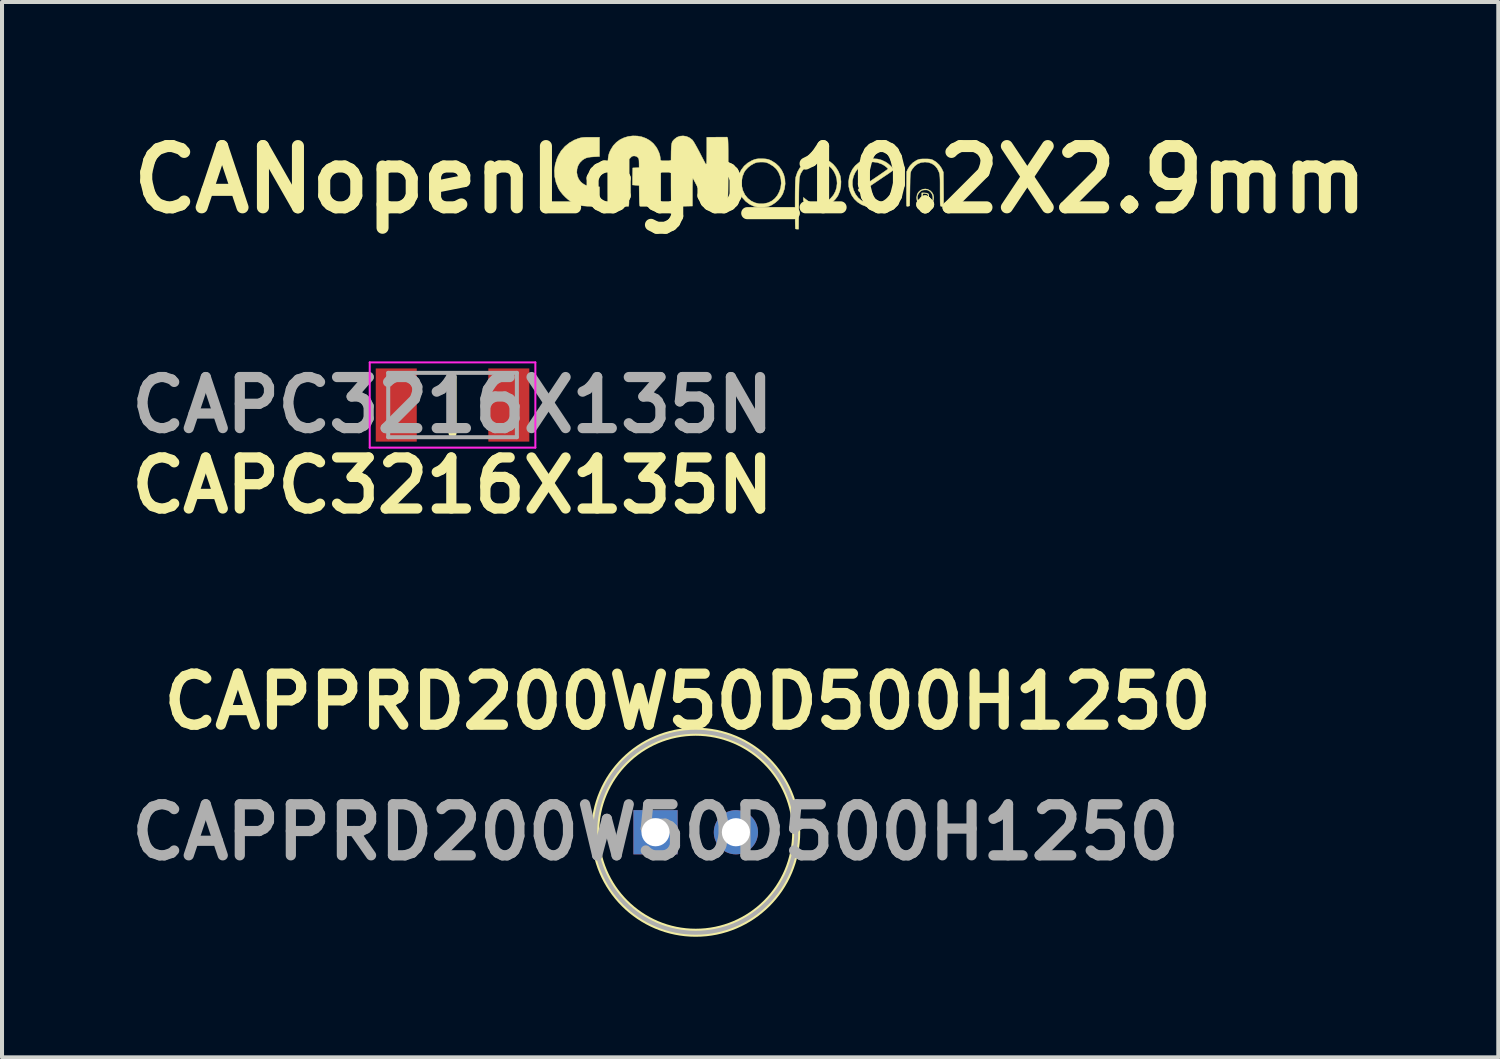
<source format=kicad_pcb>
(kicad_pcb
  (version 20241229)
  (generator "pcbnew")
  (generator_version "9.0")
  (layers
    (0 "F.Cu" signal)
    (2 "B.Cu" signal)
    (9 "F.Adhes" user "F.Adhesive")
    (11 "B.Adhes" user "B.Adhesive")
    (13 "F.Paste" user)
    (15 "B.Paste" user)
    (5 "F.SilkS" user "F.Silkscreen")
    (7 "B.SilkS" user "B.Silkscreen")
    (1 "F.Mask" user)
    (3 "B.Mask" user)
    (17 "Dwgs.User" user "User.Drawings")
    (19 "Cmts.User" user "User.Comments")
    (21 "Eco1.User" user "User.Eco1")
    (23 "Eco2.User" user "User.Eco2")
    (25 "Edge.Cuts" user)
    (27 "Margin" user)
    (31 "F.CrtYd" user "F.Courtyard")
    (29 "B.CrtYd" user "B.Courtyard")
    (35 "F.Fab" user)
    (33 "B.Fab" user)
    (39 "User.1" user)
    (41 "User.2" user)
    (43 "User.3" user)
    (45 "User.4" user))
  (footprint "CANopenLogo_10.2X2.9mm"
    (layer "F.Cu")
    (at 15.61 1.418)
    (property "Reference" "CANopenLogo_10.2X2.9mm" (at 0 0 0) (layer "F.SilkS") (effects (font (size 1.524 1.524) (thickness 0.3))))
    (attr through_hole)
    (fp_poly (pts (xy 4.422 0.244) (xy 4.477 0.274) (xy 4.522 0.317) (xy 4.553 0.371) (xy 4.568 0.434) (xy 4.562 0.503) (xy 4.561 0.506) (xy 4.531 0.574) (xy 4.486 0.625) (xy 4.429 0.659) (xy 4.365 0.672) (xy 4.298 0.663) (xy 4.24 0.637) (xy 4.186 0.591) (xy 4.154 0.536) (xy 4.142 0.468) (xy 4.142 0.449) (xy 4.159 0.449) (xy 4.167 0.499) (xy 4.181 0.545) (xy 4.195 0.572) (xy 4.247 0.619) (xy 4.309 0.645) (xy 4.374 0.649) (xy 4.438 0.632) (xy 4.488 0.6) (xy 4.525 0.551) (xy 4.544 0.491) (xy 4.544 0.428) (xy 4.526 0.366) (xy 4.49 0.311) (xy 4.456 0.281) (xy 4.426 0.264) (xy 4.395 0.256) (xy 4.353 0.256) (xy 4.338 0.257) (xy 4.294 0.262) (xy 4.264 0.271) (xy 4.239 0.29) (xy 4.216 0.315) (xy 4.187 0.352) (xy 4.167 0.39) (xy 4.161 0.407) (xy 4.159 0.449) (xy 4.142 0.449) (xy 4.143 0.433) (xy 4.155 0.367) (xy 4.182 0.316) (xy 4.23 0.272) (xy 4.237 0.267) (xy 4.298 0.239) (xy 4.361 0.232) (xy 4.422 0.244)) (stroke (width 0.01) (type solid)) (fill yes) (layer "F.SilkS"))
    (fp_poly (pts (xy 4.391 0.335) (xy 4.428 0.35) (xy 4.444 0.375) (xy 4.445 0.385) (xy 4.437 0.423) (xy 4.409 0.45) (xy 4.404 0.452) (xy 4.392 0.462) (xy 4.392 0.475) (xy 4.405 0.498) (xy 4.414 0.512) (xy 4.433 0.544) (xy 4.442 0.568) (xy 4.442 0.574) (xy 4.434 0.572) (xy 4.416 0.552) (xy 4.397 0.523) (xy 4.37 0.484) (xy 4.348 0.463) (xy 4.326 0.457) (xy 4.324 0.457) (xy 4.305 0.46) (xy 4.295 0.471) (xy 4.293 0.499) (xy 4.293 0.514) (xy 4.29 0.548) (xy 4.284 0.569) (xy 4.281 0.572) (xy 4.275 0.56) (xy 4.271 0.528) (xy 4.269 0.482) (xy 4.268 0.451) (xy 4.268 0.394) (xy 4.293 0.394) (xy 4.294 0.426) (xy 4.302 0.441) (xy 4.323 0.444) (xy 4.334 0.445) (xy 4.373 0.438) (xy 4.404 0.425) (xy 4.425 0.406) (xy 4.432 0.394) (xy 4.421 0.37) (xy 4.391 0.352) (xy 4.351 0.343) (xy 4.342 0.343) (xy 4.311 0.344) (xy 4.296 0.353) (xy 4.293 0.376) (xy 4.293 0.394) (xy 4.268 0.394) (xy 4.268 0.33) (xy 4.332 0.33) (xy 4.391 0.335)) (stroke (width 0.01) (type solid)) (fill yes) (layer "F.SilkS"))
    (fp_poly (pts (xy -3.747 -0.575) (xy -3.883 -0.568) (xy -3.965 -0.562) (xy -4.028 -0.553) (xy -4.078 -0.539) (xy -4.121 -0.519) (xy -4.165 -0.49) (xy -4.174 -0.484) (xy -4.237 -0.421) (xy -4.281 -0.346) (xy -4.306 -0.264) (xy -4.312 -0.178) (xy -4.298 -0.093) (xy -4.266 -0.014) (xy -4.214 0.056) (xy -4.174 0.09) (xy -4.129 0.121) (xy -4.084 0.143) (xy -4.035 0.158) (xy -3.975 0.168) (xy -3.896 0.174) (xy -3.883 0.174) (xy -3.747 0.181) (xy -3.747 0.419) (xy -3.747 0.502) (xy -3.747 0.564) (xy -3.748 0.607) (xy -3.751 0.634) (xy -3.755 0.651) (xy -3.762 0.66) (xy -3.77 0.664) (xy -3.775 0.665) (xy -3.81 0.67) (xy -3.842 0.671) (xy -3.869 0.669) (xy -3.915 0.667) (xy -3.974 0.664) (xy -4.04 0.661) (xy -4.051 0.661) (xy -4.148 0.654) (xy -4.226 0.643) (xy -4.294 0.626) (xy -4.359 0.6) (xy -4.429 0.564) (xy -4.457 0.547) (xy -4.526 0.499) (xy -4.598 0.435) (xy -4.667 0.363) (xy -4.726 0.289) (xy -4.769 0.22) (xy -4.771 0.215) (xy -4.829 0.07) (xy -4.862 -0.077) (xy -4.869 -0.224) (xy -4.851 -0.371) (xy -4.807 -0.517) (xy -4.771 -0.601) (xy -4.699 -0.72) (xy -4.607 -0.825) (xy -4.498 -0.914) (xy -4.376 -0.984) (xy -4.276 -1.023) (xy -4.236 -1.035) (xy -4.2 -1.043) (xy -4.162 -1.049) (xy -4.116 -1.052) (xy -4.057 -1.054) (xy -3.978 -1.054) (xy -3.962 -1.054) (xy -3.747 -1.054) (xy -3.747 -0.575)) (stroke (width 0.01) (type solid)) (fill yes) (layer "F.SilkS"))
    (fp_poly (pts (xy 4.416 -0.514) (xy 4.464 -0.511) (xy 4.5 -0.504) (xy 4.531 -0.494) (xy 4.548 -0.486) (xy 4.63 -0.435) (xy 4.703 -0.366) (xy 4.758 -0.287) (xy 4.77 -0.264) (xy 4.807 -0.184) (xy 4.811 0.236) (xy 4.812 0.354) (xy 4.813 0.449) (xy 4.812 0.524) (xy 4.811 0.58) (xy 4.808 0.62) (xy 4.803 0.647) (xy 4.796 0.662) (xy 4.787 0.669) (xy 4.774 0.67) (xy 4.759 0.666) (xy 4.751 0.664) (xy 4.743 0.662) (xy 4.738 0.657) (xy 4.733 0.646) (xy 4.73 0.628) (xy 4.727 0.598) (xy 4.726 0.556) (xy 4.725 0.497) (xy 4.725 0.419) (xy 4.724 0.32) (xy 4.724 0.274) (xy 4.724 0.164) (xy 4.724 0.076) (xy 4.723 0.006) (xy 4.721 -0.047) (xy 4.718 -0.089) (xy 4.715 -0.121) (xy 4.71 -0.147) (xy 4.703 -0.171) (xy 4.698 -0.187) (xy 4.656 -0.275) (xy 4.597 -0.346) (xy 4.522 -0.398) (xy 4.434 -0.429) (xy 4.35 -0.437) (xy 4.252 -0.426) (xy 4.166 -0.392) (xy 4.091 -0.335) (xy 4.028 -0.257) (xy 4.01 -0.225) (xy 4.002 -0.209) (xy 3.996 -0.193) (xy 3.991 -0.173) (xy 3.987 -0.147) (xy 3.984 -0.111) (xy 3.981 -0.063) (xy 3.979 -0.000141) (xy 3.978 0.081) (xy 3.976 0.184) (xy 3.975 0.24) (xy 3.969 0.652) (xy 3.933 0.662) (xy 3.903 0.665) (xy 3.891 0.655) (xy 3.89 0.639) (xy 3.889 0.601) (xy 3.888 0.543) (xy 3.888 0.47) (xy 3.888 0.383) (xy 3.888 0.287) (xy 3.889 0.221) (xy 3.893 -0.197) (xy 3.925 -0.267) (xy 3.979 -0.351) (xy 4.051 -0.423) (xy 4.137 -0.479) (xy 4.138 -0.479) (xy 4.173 -0.495) (xy 4.204 -0.505) (xy 4.238 -0.511) (xy 4.283 -0.514) (xy 4.346 -0.514) (xy 4.35 -0.514) (xy 4.416 -0.514)) (stroke (width 0.01) (type solid)) (fill yes) (layer "F.SilkS"))
    (fp_poly (pts (xy 0.31 -0.519) (xy 0.373 -0.516) (xy 0.418 -0.51) (xy 0.456 -0.501) (xy 0.494 -0.486) (xy 0.527 -0.471) (xy 0.632 -0.406) (xy 0.719 -0.325) (xy 0.787 -0.23) (xy 0.836 -0.126) (xy 0.864 -0.013) (xy 0.871 0.104) (xy 0.855 0.224) (xy 0.816 0.342) (xy 0.804 0.368) (xy 0.759 0.44) (xy 0.696 0.512) (xy 0.622 0.576) (xy 0.543 0.628) (xy 0.527 0.636) (xy 0.486 0.655) (xy 0.451 0.668) (xy 0.416 0.676) (xy 0.373 0.68) (xy 0.313 0.683) (xy 0.299 0.683) (xy 0.227 0.683) (xy 0.173 0.681) (xy 0.13 0.674) (xy 0.094 0.663) (xy -0.016 0.611) (xy -0.111 0.54) (xy -0.19 0.453) (xy -0.251 0.353) (xy -0.292 0.243) (xy -0.311 0.125) (xy -0.309 0.045) (xy -0.213 0.045) (xy -0.209 0.16) (xy -0.181 0.271) (xy -0.131 0.375) (xy -0.127 0.381) (xy -0.058 0.466) (xy 0.025 0.531) (xy 0.119 0.576) (xy 0.222 0.6) (xy 0.329 0.6) (xy 0.439 0.577) (xy 0.448 0.574) (xy 0.538 0.531) (xy 0.616 0.468) (xy 0.68 0.389) (xy 0.728 0.297) (xy 0.76 0.197) (xy 0.773 0.092) (xy 0.765 -0.014) (xy 0.75 -0.079) (xy 0.709 -0.179) (xy 0.654 -0.261) (xy 0.58 -0.331) (xy 0.485 -0.39) (xy 0.471 -0.397) (xy 0.427 -0.417) (xy 0.39 -0.429) (xy 0.351 -0.435) (xy 0.299 -0.437) (xy 0.281 -0.437) (xy 0.221 -0.435) (xy 0.176 -0.43) (xy 0.135 -0.418) (xy 0.088 -0.398) (xy 0.086 -0.397) (xy 0.013 -0.355) (xy -0.056 -0.299) (xy -0.114 -0.237) (xy -0.151 -0.18) (xy -0.194 -0.069) (xy -0.213 0.045) (xy -0.309 0.045) (xy -0.308 0.003) (xy -0.306 -0.013) (xy -0.275 -0.133) (xy -0.222 -0.241) (xy -0.15 -0.336) (xy -0.059 -0.415) (xy 0.047 -0.476) (xy 0.112 -0.502) (xy 0.157 -0.513) (xy 0.207 -0.519) (xy 0.27 -0.52) (xy 0.31 -0.519)) (stroke (width 0.01) (type solid)) (fill yes) (layer "F.SilkS"))
    (fp_poly (pts (xy -2.805 -1.085) (xy -2.696 -1.065) (xy -2.591 -1.027) (xy -2.495 -0.972) (xy -2.409 -0.9) (xy -2.337 -0.81) (xy -2.302 -0.749) (xy -2.285 -0.712) (xy -2.27 -0.679) (xy -2.257 -0.646) (xy -2.247 -0.611) (xy -2.24 -0.572) (xy -2.234 -0.527) (xy -2.229 -0.471) (xy -2.226 -0.404) (xy -2.224 -0.322) (xy -2.223 -0.223) (xy -2.223 -0.104) (xy -2.223 0.037) (xy -2.223 0.072) (xy -2.223 0.659) (xy -2.473 0.663) (xy -2.551 0.664) (xy -2.621 0.664) (xy -2.678 0.664) (xy -2.719 0.664) (xy -2.739 0.662) (xy -2.74 0.662) (xy -2.746 0.653) (xy -2.75 0.629) (xy -2.754 0.586) (xy -2.756 0.523) (xy -2.758 0.438) (xy -2.759 0.402) (xy -2.762 0.146) (xy -2.927 0.133) (xy -2.927 0.067) (xy -2.926 0.026) (xy -2.926 -0.032) (xy -2.925 -0.097) (xy -2.924 -0.145) (xy -2.921 -0.291) (xy -2.762 -0.298) (xy -2.763 -0.41) (xy -2.765 -0.466) (xy -2.768 -0.502) (xy -2.775 -0.526) (xy -2.787 -0.544) (xy -2.797 -0.555) (xy -2.833 -0.58) (xy -2.88 -0.589) (xy -2.883 -0.589) (xy -2.921 -0.586) (xy -2.949 -0.572) (xy -2.973 -0.549) (xy -3.01 -0.508) (xy -3.01 0.076) (xy -3.01 0.219) (xy -3.01 0.339) (xy -3.011 0.436) (xy -3.013 0.514) (xy -3.014 0.573) (xy -3.016 0.615) (xy -3.019 0.643) (xy -3.022 0.659) (xy -3.026 0.663) (xy -3.047 0.664) (xy -3.087 0.665) (xy -3.141 0.665) (xy -3.205 0.666) (xy -3.275 0.666) (xy -3.344 0.666) (xy -3.41 0.665) (xy -3.466 0.664) (xy -3.509 0.663) (xy -3.534 0.662) (xy -3.538 0.661) (xy -3.539 0.648) (xy -3.54 0.612) (xy -3.541 0.555) (xy -3.542 0.481) (xy -3.542 0.391) (xy -3.543 0.288) (xy -3.543 0.176) (xy -3.543 0.065) (xy -3.543 -0.081) (xy -3.543 -0.205) (xy -3.542 -0.307) (xy -3.54 -0.392) (xy -3.538 -0.462) (xy -3.534 -0.519) (xy -3.528 -0.566) (xy -3.521 -0.605) (xy -3.512 -0.639) (xy -3.501 -0.671) (xy -3.488 -0.702) (xy -3.471 -0.736) (xy -3.466 -0.747) (xy -3.404 -0.847) (xy -3.326 -0.929) (xy -3.236 -0.995) (xy -3.135 -1.043) (xy -3.028 -1.075) (xy -2.917 -1.088) (xy -2.805 -1.085)) (stroke (width 0.01) (type solid)) (fill yes) (layer "F.SilkS"))
    (fp_poly (pts (xy 1.789 -0.514) (xy 1.895 -0.49) (xy 1.985 -0.446) (xy 1.987 -0.445) (xy 2.065 -0.381) (xy 2.135 -0.3) (xy 2.193 -0.208) (xy 2.234 -0.113) (xy 2.247 -0.066) (xy 2.26 0.049) (xy 2.255 0.167) (xy 2.232 0.28) (xy 2.192 0.382) (xy 2.169 0.422) (xy 2.12 0.486) (xy 2.056 0.55) (xy 1.986 0.606) (xy 1.919 0.645) (xy 1.885 0.659) (xy 1.854 0.669) (xy 1.819 0.675) (xy 1.773 0.678) (xy 1.709 0.679) (xy 1.695 0.679) (xy 1.63 0.679) (xy 1.584 0.677) (xy 1.55 0.673) (xy 1.522 0.665) (xy 1.494 0.653) (xy 1.467 0.638) (xy 1.404 0.603) (xy 1.361 0.573) (xy 1.336 0.547) (xy 1.324 0.52) (xy 1.323 0.49) (xy 1.327 0.443) (xy 1.38 0.488) (xy 1.464 0.548) (xy 1.552 0.584) (xy 1.651 0.599) (xy 1.682 0.6) (xy 1.775 0.593) (xy 1.856 0.569) (xy 1.932 0.526) (xy 2 0.469) (xy 2.072 0.385) (xy 2.122 0.292) (xy 2.152 0.192) (xy 2.163 0.089) (xy 2.155 -0.014) (xy 2.128 -0.114) (xy 2.082 -0.206) (xy 2.019 -0.289) (xy 1.94 -0.357) (xy 1.869 -0.397) (xy 1.772 -0.43) (xy 1.673 -0.438) (xy 1.575 -0.424) (xy 1.482 -0.388) (xy 1.398 -0.331) (xy 1.325 -0.255) (xy 1.307 -0.23) (xy 1.287 -0.2) (xy 1.27 -0.173) (xy 1.256 -0.147) (xy 1.245 -0.12) (xy 1.236 -0.088) (xy 1.228 -0.05) (xy 1.223 -0.003) (xy 1.219 0.055) (xy 1.216 0.127) (xy 1.214 0.214) (xy 1.212 0.32) (xy 1.211 0.447) (xy 1.21 0.596) (xy 1.21 0.6) (xy 1.205 1.232) (xy 1.17 1.232) (xy 1.141 1.229) (xy 1.126 1.223) (xy 1.124 1.209) (xy 1.123 1.172) (xy 1.121 1.115) (xy 1.12 1.04) (xy 1.119 0.95) (xy 1.119 0.846) (xy 1.118 0.732) (xy 1.118 0.611) (xy 1.118 0.611) (xy 1.118 0.459) (xy 1.119 0.332) (xy 1.12 0.225) (xy 1.122 0.138) (xy 1.124 0.069) (xy 1.126 0.015) (xy 1.13 -0.026) (xy 1.133 -0.055) (xy 1.136 -0.066) (xy 1.176 -0.186) (xy 1.236 -0.291) (xy 1.314 -0.378) (xy 1.41 -0.448) (xy 1.445 -0.467) (xy 1.493 -0.489) (xy 1.532 -0.504) (xy 1.571 -0.512) (xy 1.62 -0.517) (xy 1.666 -0.519) (xy 1.789 -0.514)) (stroke (width 0.01) (type solid)) (fill yes) (layer "F.SilkS"))
    (fp_poly (pts (xy -1.588 -1.076) (xy -1.512 -1.044) (xy -1.444 -0.993) (xy -1.43 -0.978) (xy -1.413 -0.954) (xy -1.386 -0.911) (xy -1.353 -0.853) (xy -1.314 -0.783) (xy -1.273 -0.706) (xy -1.246 -0.654) (xy -1.206 -0.576) (xy -1.169 -0.506) (xy -1.138 -0.446) (xy -1.113 -0.4) (xy -1.097 -0.371) (xy -1.091 -0.363) (xy -1.088 -0.371) (xy -1.085 -0.403) (xy -1.082 -0.457) (xy -1.081 -0.531) (xy -1.08 -0.623) (xy -1.079 -0.702) (xy -1.079 -1.054) (xy -0.851 -1.056) (xy -0.776 -1.056) (xy -0.71 -1.057) (xy -0.655 -1.057) (xy -0.618 -1.057) (xy -0.603 -1.057) (xy -0.591 -1.058) (xy -0.581 -1.058) (xy -0.573 -1.055) (xy -0.566 -1.049) (xy -0.56 -1.036) (xy -0.556 -1.015) (xy -0.552 -0.985) (xy -0.55 -0.942) (xy -0.548 -0.886) (xy -0.547 -0.814) (xy -0.546 -0.725) (xy -0.546 -0.617) (xy -0.546 -0.487) (xy -0.546 -0.334) (xy -0.546 -0.304) (xy -0.546 -0.125) (xy -0.547 0.029) (xy -0.548 0.16) (xy -0.549 0.269) (xy -0.551 0.356) (xy -0.554 0.423) (xy -0.556 0.47) (xy -0.56 0.499) (xy -0.561 0.505) (xy -0.59 0.572) (xy -0.638 0.627) (xy -0.7 0.667) (xy -0.772 0.691) (xy -0.849 0.698) (xy -0.928 0.685) (xy -0.972 0.668) (xy -1.008 0.649) (xy -1.04 0.626) (xy -1.071 0.596) (xy -1.103 0.557) (xy -1.137 0.506) (xy -1.175 0.44) (xy -1.22 0.357) (xy -1.27 0.26) (xy -1.309 0.183) (xy -1.346 0.112) (xy -1.377 0.052) (xy -1.402 0.006) (xy -1.418 -0.023) (xy -1.423 -0.031) (xy -1.427 -0.023) (xy -1.43 0.01) (xy -1.432 0.064) (xy -1.434 0.138) (xy -1.435 0.231) (xy -1.435 0.307) (xy -1.435 0.657) (xy -1.692 0.663) (xy -1.771 0.665) (xy -1.84 0.666) (xy -1.898 0.666) (xy -1.938 0.666) (xy -1.958 0.664) (xy -1.959 0.664) (xy -1.961 0.651) (xy -1.962 0.614) (xy -1.964 0.557) (xy -1.965 0.481) (xy -1.966 0.388) (xy -1.967 0.281) (xy -1.968 0.162) (xy -1.968 0.033) (xy -1.968 -0.103) (xy -1.969 -0.266) (xy -1.968 -0.407) (xy -1.968 -0.526) (xy -1.967 -0.625) (xy -1.966 -0.708) (xy -1.963 -0.774) (xy -1.96 -0.828) (xy -1.955 -0.87) (xy -1.949 -0.903) (xy -1.941 -0.929) (xy -1.932 -0.949) (xy -1.92 -0.966) (xy -1.906 -0.982) (xy -1.89 -0.999) (xy -1.883 -1.006) (xy -1.82 -1.054) (xy -1.747 -1.081) (xy -1.668 -1.088) (xy -1.588 -1.076)) (stroke (width 0.01) (type solid)) (fill yes) (layer "F.SilkS"))
    (fp_poly (pts (xy 3.167 -0.513) (xy 3.268 -0.487) (xy 3.363 -0.442) (xy 3.409 -0.413) (xy 3.449 -0.382) (xy 3.489 -0.345) (xy 3.526 -0.308) (xy 3.553 -0.274) (xy 3.567 -0.249) (xy 3.568 -0.243) (xy 3.558 -0.234) (xy 3.53 -0.213) (xy 3.488 -0.183) (xy 3.435 -0.146) (xy 3.387 -0.114) (xy 3.316 -0.067) (xy 3.232 -0.01) (xy 3.142 0.051) (xy 3.053 0.111) (xy 2.985 0.157) (xy 2.917 0.203) (xy 2.857 0.243) (xy 2.806 0.276) (xy 2.768 0.3) (xy 2.746 0.312) (xy 2.743 0.313) (xy 2.723 0.307) (xy 2.701 0.286) (xy 2.7 0.284) (xy 2.685 0.26) (xy 2.685 0.246) (xy 2.696 0.236) (xy 2.711 0.226) (xy 2.744 0.203) (xy 2.794 0.17) (xy 2.856 0.128) (xy 2.93 0.079) (xy 3.011 0.024) (xy 3.072 -0.017) (xy 3.157 -0.074) (xy 3.234 -0.127) (xy 3.302 -0.174) (xy 3.358 -0.213) (xy 3.399 -0.242) (xy 3.423 -0.261) (xy 3.429 -0.267) (xy 3.419 -0.284) (xy 3.392 -0.309) (xy 3.355 -0.338) (xy 3.313 -0.366) (xy 3.271 -0.388) (xy 3.268 -0.39) (xy 3.161 -0.427) (xy 3.057 -0.44) (xy 2.952 -0.428) (xy 2.844 -0.392) (xy 2.837 -0.389) (xy 2.746 -0.333) (xy 2.669 -0.26) (xy 2.61 -0.173) (xy 2.568 -0.076) (xy 2.545 0.029) (xy 2.544 0.136) (xy 2.566 0.242) (xy 2.571 0.257) (xy 2.62 0.362) (xy 2.687 0.451) (xy 2.768 0.52) (xy 2.862 0.57) (xy 2.966 0.597) (xy 3.078 0.602) (xy 3.133 0.596) (xy 3.225 0.575) (xy 3.303 0.54) (xy 3.376 0.487) (xy 3.406 0.46) (xy 3.477 0.381) (xy 3.526 0.297) (xy 3.558 0.202) (xy 3.561 0.185) (xy 3.571 0.143) (xy 3.579 0.12) (xy 3.592 0.11) (xy 3.613 0.108) (xy 3.621 0.108) (xy 3.648 0.11) (xy 3.66 0.119) (xy 3.662 0.143) (xy 3.661 0.159) (xy 3.643 0.256) (xy 3.604 0.353) (xy 3.546 0.444) (xy 3.474 0.527) (xy 3.39 0.595) (xy 3.298 0.646) (xy 3.292 0.648) (xy 3.229 0.666) (xy 3.15 0.678) (xy 3.064 0.683) (xy 2.981 0.681) (xy 2.908 0.672) (xy 2.886 0.667) (xy 2.772 0.623) (xy 2.674 0.56) (xy 2.591 0.481) (xy 2.526 0.388) (xy 2.48 0.285) (xy 2.453 0.173) (xy 2.448 0.056) (xy 2.465 -0.064) (xy 2.49 -0.144) (xy 2.543 -0.255) (xy 2.615 -0.347) (xy 2.702 -0.421) (xy 2.804 -0.475) (xy 2.92 -0.509) (xy 3.048 -0.521) (xy 3.054 -0.521) (xy 3.167 -0.513)) (stroke (width 0.01) (type solid)) (fill yes) (layer "F.SilkS")))
  (footprint "CAPPRD200W50D500H1250"
    (layer "F.Cu")
    (at 13.256 17.652)
    (property "Reference" "CAPPRD200W50D500H1250" (at 0.8 -3.25 0) (layer "F.SilkS") (effects (font (size 1.27 1.27) (thickness 0.254))))
    (attr through_hole)
    (fp_circle (center 1 0) (end 1 2.5) (stroke (width 0.2) (type solid)) (fill no) (layer "F.SilkS"))
    (fp_circle (center 1 0) (end 1 2.5) (stroke (width 0.1) (type solid)) (fill no) (layer "F.Fab"))
    (fp_text user "${REFERENCE}" (at 0 0 0) (layer "F.Fab") (effects (font (size 1.27 1.27) (thickness 0.254))))
    (pad "1" thru_hole rect (at 0 0) (size 1.1 1.1) (drill 0.7) (layers "*.Cu" "*.Mask"))
    (pad "2" thru_hole circle (at 2 0) (size 1.1 1.1) (drill 0.7) (layers "*.Cu" "*.Mask")))
  (footprint "CAPC3216X135N"
    (layer "F.Cu")
    (at 8.207 7.025)
    (property "Reference" "CAPC3216X135N" (at 0 2 0) (layer "F.SilkS") (effects (font (size 1.27 1.27) (thickness 0.254))))
    (attr smd)
    (fp_line (start 0 -0.7) (end 0 0.7) (stroke (width 0.2) (type solid)) (layer "F.SilkS"))
    (fp_line (start -2.06 -1.06) (end 2.06 -1.06) (stroke (width 0.05) (type solid)) (layer "F.CrtYd"))
    (fp_line (start -2.06 1.06) (end -2.06 -1.06) (stroke (width 0.05) (type solid)) (layer "F.CrtYd"))
    (fp_line (start 2.06 -1.06) (end 2.06 1.06) (stroke (width 0.05) (type solid)) (layer "F.CrtYd"))
    (fp_line (start 2.06 1.06) (end -2.06 1.06) (stroke (width 0.05) (type solid)) (layer "F.CrtYd"))
    (fp_line (start -1.6 -0.8) (end 1.6 -0.8) (stroke (width 0.1) (type solid)) (layer "F.Fab"))
    (fp_line (start -1.6 0.8) (end -1.6 -0.8) (stroke (width 0.1) (type solid)) (layer "F.Fab"))
    (fp_line (start 1.6 -0.8) (end 1.6 0.8) (stroke (width 0.1) (type solid)) (layer "F.Fab"))
    (fp_line (start 1.6 0.8) (end -1.6 0.8) (stroke (width 0.1) (type solid)) (layer "F.Fab"))
    (fp_text user "${REFERENCE}" (at 0 0 0) (layer "F.Fab") (effects (font (size 1.27 1.27) (thickness 0.254))))
    (pad "1" smd rect (at -1.4 0) (size 1.02 1.82) (layers "F.Cu" "F.Mask" "F.Paste"))
    (pad "2" smd rect (at 1.4 0) (size 1.02 1.82) (layers "F.Cu" "F.Mask" "F.Paste")))
  (gr_rect
    (start -3 -3)
    (end 34.22 23.252)
    (stroke (width 0.1) (type default))
    (fill no)
    (layer "Edge.Cuts")))
</source>
